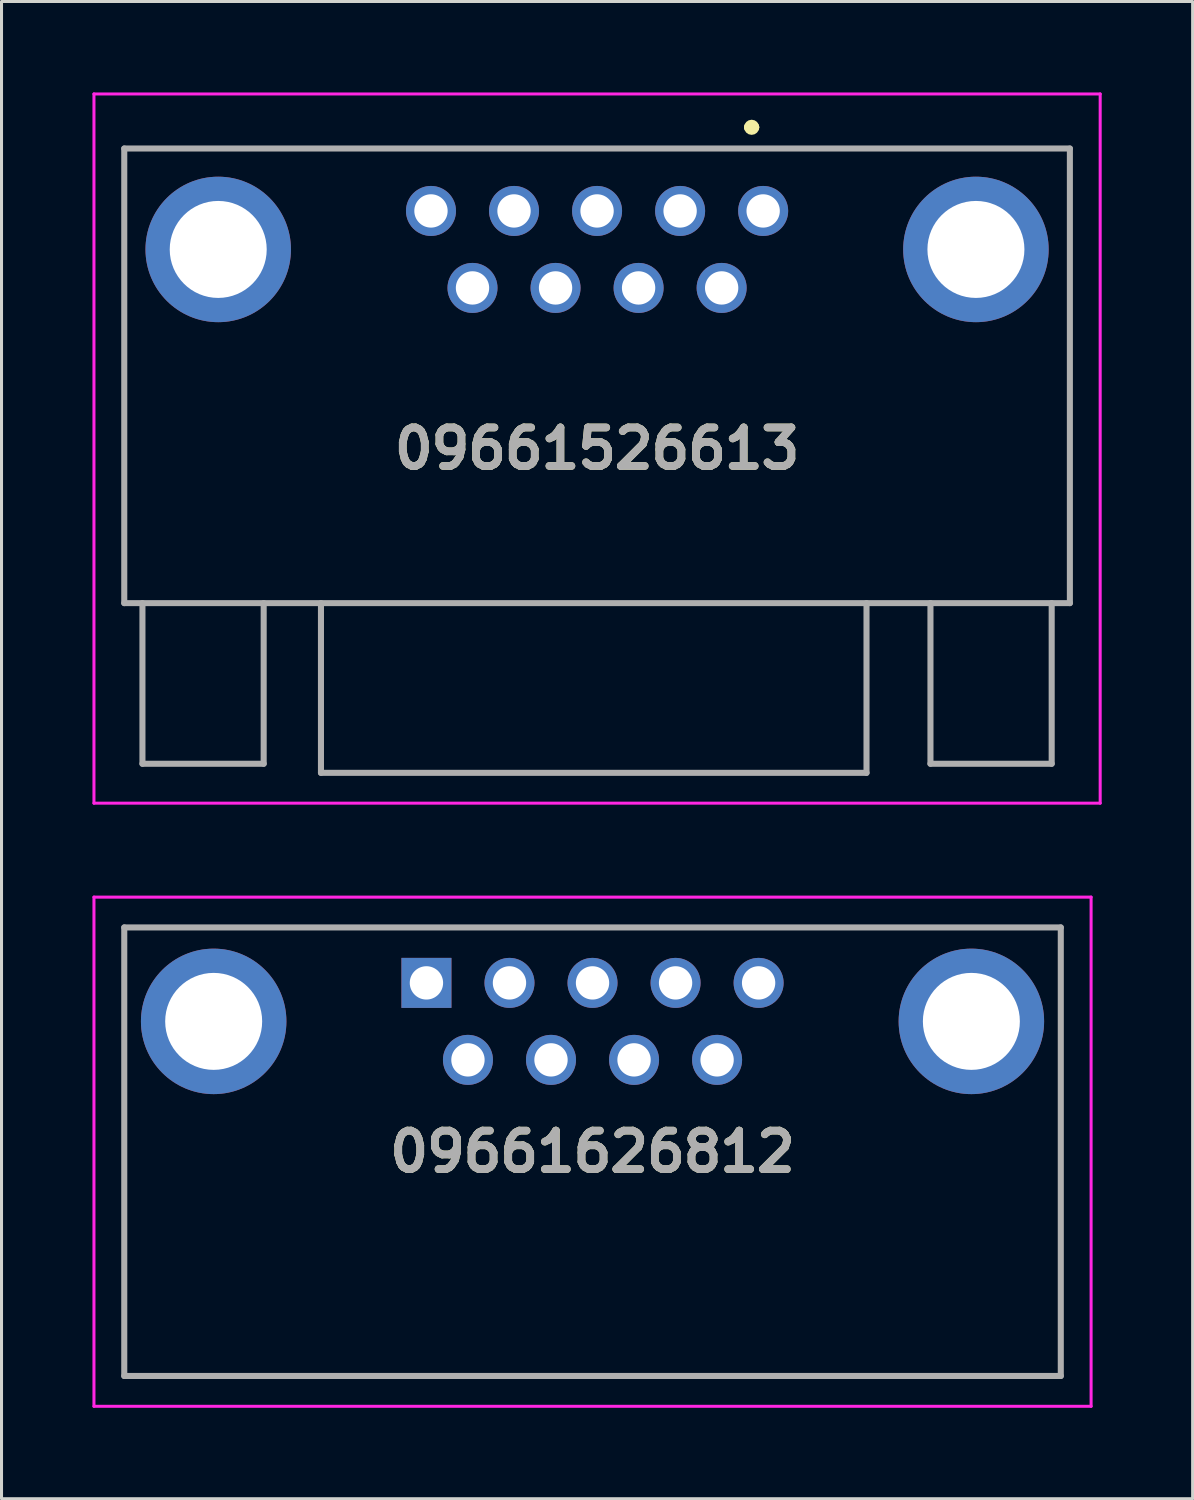
<source format=kicad_pcb>
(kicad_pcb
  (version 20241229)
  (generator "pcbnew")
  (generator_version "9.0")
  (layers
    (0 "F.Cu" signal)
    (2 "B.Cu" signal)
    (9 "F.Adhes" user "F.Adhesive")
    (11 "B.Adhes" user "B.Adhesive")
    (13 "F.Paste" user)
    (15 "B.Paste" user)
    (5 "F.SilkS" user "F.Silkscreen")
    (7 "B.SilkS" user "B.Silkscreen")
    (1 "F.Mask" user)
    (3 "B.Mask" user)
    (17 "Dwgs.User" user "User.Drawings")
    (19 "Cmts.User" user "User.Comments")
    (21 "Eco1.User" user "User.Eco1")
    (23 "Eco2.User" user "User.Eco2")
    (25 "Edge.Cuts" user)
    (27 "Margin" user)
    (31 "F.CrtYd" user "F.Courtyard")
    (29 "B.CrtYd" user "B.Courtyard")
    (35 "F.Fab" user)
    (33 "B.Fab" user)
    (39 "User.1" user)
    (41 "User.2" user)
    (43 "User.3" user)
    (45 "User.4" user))
  (footprint "09661626812"
    (layer "F.Cu")
    (at 11.02 29.38)
    (property "Reference" "09661626812" (at 5.48 5.57 0) (layer "F.SilkS") (effects (font (size 1.27 1.27) (thickness 0.254))))
    (attr through_hole)
    (fp_line (start -9.97 -1.83) (end 20.93 -1.83) (stroke (width 0.1) (type solid)) (layer "F.SilkS"))
    (fp_line (start -9.97 12.97) (end -9.97 -1.83) (stroke (width 0.1) (type solid)) (layer "F.SilkS"))
    (fp_line (start 20.93 -1.83) (end 20.93 12.97) (stroke (width 0.1) (type solid)) (layer "F.SilkS"))
    (fp_line (start 20.93 12.97) (end -9.97 12.97) (stroke (width 0.1) (type solid)) (layer "F.SilkS"))
    (fp_line (start -10.97 -2.83) (end 21.93 -2.83) (stroke (width 0.1) (type solid)) (layer "F.CrtYd"))
    (fp_line (start -10.97 13.97) (end -10.97 -2.83) (stroke (width 0.1) (type solid)) (layer "F.CrtYd"))
    (fp_line (start 21.93 -2.83) (end 21.93 13.97) (stroke (width 0.1) (type solid)) (layer "F.CrtYd"))
    (fp_line (start 21.93 13.97) (end -10.97 13.97) (stroke (width 0.1) (type solid)) (layer "F.CrtYd"))
    (fp_line (start -9.97 -1.83) (end -9.97 12.97) (stroke (width 0.2) (type solid)) (layer "F.Fab"))
    (fp_line (start -9.97 12.97) (end 20.93 12.97) (stroke (width 0.2) (type solid)) (layer "F.Fab"))
    (fp_line (start 20.93 -1.83) (end -9.97 -1.83) (stroke (width 0.2) (type solid)) (layer "F.Fab"))
    (fp_line (start 20.93 12.97) (end 20.93 -1.83) (stroke (width 0.2) (type solid)) (layer "F.Fab"))
    (fp_text user "${REFERENCE}" (at 5.48 5.57 0) (layer "F.Fab") (effects (font (size 1.27 1.27) (thickness 0.254))))
    (pad "1" thru_hole rect (at 0 0) (size 1.65 1.65) (drill 1.1) (layers "*.Cu" "*.Mask"))
    (pad "2" thru_hole circle (at 2.74 0) (size 1.65 1.65) (drill 1.1) (layers "*.Cu" "*.Mask"))
    (pad "3" thru_hole circle (at 5.48 0) (size 1.65 1.65) (drill 1.1) (layers "*.Cu" "*.Mask"))
    (pad "4" thru_hole circle (at 8.22 0) (size 1.65 1.65) (drill 1.1) (layers "*.Cu" "*.Mask"))
    (pad "5" thru_hole circle (at 10.96 0) (size 1.65 1.65) (drill 1.1) (layers "*.Cu" "*.Mask"))
    (pad "6" thru_hole circle (at 1.37 2.54) (size 1.65 1.65) (drill 1.1) (layers "*.Cu" "*.Mask"))
    (pad "7" thru_hole circle (at 4.11 2.54) (size 1.65 1.65) (drill 1.1) (layers "*.Cu" "*.Mask"))
    (pad "8" thru_hole circle (at 6.85 2.54) (size 1.65 1.65) (drill 1.1) (layers "*.Cu" "*.Mask"))
    (pad "9" thru_hole circle (at 9.59 2.54) (size 1.65 1.65) (drill 1.1) (layers "*.Cu" "*.Mask"))
    (pad "MH1" thru_hole circle (at -7.02 1.27) (size 4.8 4.8) (drill 3.2) (layers "*.Cu" "*.Mask"))
    (pad "MH2" thru_hole circle (at 17.98 1.27) (size 4.8 4.8) (drill 3.2) (layers "*.Cu" "*.Mask")))
  (footprint "09661526613"
    (layer "F.Cu")
    (at 22.13 3.91)
    (property "Reference" "09661526613" (at -5.48 7.84 0) (layer "F.SilkS") (effects (font (size 1.27 1.27) (thickness 0.254))))
    (attr through_hole)
    (fp_line (start -21.08 -2.06) (end 10.12 -2.06) (stroke (width 0.1) (type solid)) (layer "F.SilkS"))
    (fp_line (start -21.08 12.94) (end -21.08 -2.06) (stroke (width 0.1) (type solid)) (layer "F.SilkS"))
    (fp_line (start -0.48 -2.76) (end -0.48 -2.76) (stroke (width 0.3) (type solid)) (layer "F.SilkS"))
    (fp_line (start -0.28 -2.76) (end -0.28 -2.76) (stroke (width 0.3) (type solid)) (layer "F.SilkS"))
    (fp_line (start 10.12 -2.06) (end 10.12 12.94) (stroke (width 0.1) (type solid)) (layer "F.SilkS"))
    (fp_line (start 10.12 12.94) (end -21.08 12.94) (stroke (width 0.1) (type solid)) (layer "F.SilkS"))
    (fp_arc (start -0.48 -2.76) (mid -0.38 -2.86) (end -0.28 -2.76) (stroke (width 0.3) (type solid)) (layer "F.SilkS"))
    (fp_arc (start -0.28 -2.76) (mid -0.38 -2.66) (end -0.48 -2.76) (stroke (width 0.3) (type solid)) (layer "F.SilkS"))
    (fp_line (start -22.08 -3.86) (end 11.12 -3.86) (stroke (width 0.1) (type solid)) (layer "F.CrtYd"))
    (fp_line (start -22.08 19.54) (end -22.08 -3.86) (stroke (width 0.1) (type solid)) (layer "F.CrtYd"))
    (fp_line (start 11.12 -3.86) (end 11.12 19.54) (stroke (width 0.1) (type solid)) (layer "F.CrtYd"))
    (fp_line (start 11.12 19.54) (end -22.08 19.54) (stroke (width 0.1) (type solid)) (layer "F.CrtYd"))
    (fp_line (start -21.08 -2.06) (end 10.12 -2.06) (stroke (width 0.2) (type solid)) (layer "F.Fab"))
    (fp_line (start -21.08 12.94) (end -21.08 -2.06) (stroke (width 0.2) (type solid)) (layer "F.Fab"))
    (fp_line (start -20.48 12.94) (end -20.48 18.24) (stroke (width 0.2) (type solid)) (layer "F.Fab"))
    (fp_line (start -20.48 18.24) (end -16.48 18.24) (stroke (width 0.2) (type solid)) (layer "F.Fab"))
    (fp_line (start -16.48 18.24) (end -16.48 12.94) (stroke (width 0.2) (type solid)) (layer "F.Fab"))
    (fp_line (start -14.59 12.94) (end -14.59 18.54) (stroke (width 0.2) (type solid)) (layer "F.Fab"))
    (fp_line (start -14.59 18.54) (end 3.41 18.54) (stroke (width 0.2) (type solid)) (layer "F.Fab"))
    (fp_line (start 3.41 18.54) (end 3.41 12.94) (stroke (width 0.2) (type solid)) (layer "F.Fab"))
    (fp_line (start 5.52 18.24) (end 5.52 12.94) (stroke (width 0.2) (type solid)) (layer "F.Fab"))
    (fp_line (start 9.52 12.94) (end 9.52 18.24) (stroke (width 0.2) (type solid)) (layer "F.Fab"))
    (fp_line (start 9.52 18.24) (end 5.52 18.24) (stroke (width 0.2) (type solid)) (layer "F.Fab"))
    (fp_line (start 10.12 -2.06) (end 10.12 12.94) (stroke (width 0.2) (type solid)) (layer "F.Fab"))
    (fp_line (start 10.12 12.94) (end -21.08 12.94) (stroke (width 0.2) (type solid)) (layer "F.Fab"))
    (fp_text user "${REFERENCE}" (at -5.48 7.84 0) (layer "F.Fab") (effects (font (size 1.27 1.27) (thickness 0.254))))
    (pad "1" thru_hole circle (at 0 0) (size 1.65 1.65) (drill 1.1) (layers "*.Cu" "*.Mask"))
    (pad "2" thru_hole circle (at -2.74 0) (size 1.65 1.65) (drill 1.1) (layers "*.Cu" "*.Mask"))
    (pad "3" thru_hole circle (at -5.48 0) (size 1.65 1.65) (drill 1.1) (layers "*.Cu" "*.Mask"))
    (pad "4" thru_hole circle (at -8.22 0) (size 1.65 1.65) (drill 1.1) (layers "*.Cu" "*.Mask"))
    (pad "5" thru_hole circle (at -10.96 0) (size 1.65 1.65) (drill 1.1) (layers "*.Cu" "*.Mask"))
    (pad "6" thru_hole circle (at -1.37 2.54) (size 1.65 1.65) (drill 1.1) (layers "*.Cu" "*.Mask"))
    (pad "7" thru_hole circle (at -4.11 2.54) (size 1.65 1.65) (drill 1.1) (layers "*.Cu" "*.Mask"))
    (pad "8" thru_hole circle (at -6.85 2.54) (size 1.65 1.65) (drill 1.1) (layers "*.Cu" "*.Mask"))
    (pad "9" thru_hole circle (at -9.59 2.54) (size 1.65 1.65) (drill 1.1) (layers "*.Cu" "*.Mask"))
    (pad "MH1" thru_hole circle (at -17.98 1.27) (size 4.8 4.8) (drill 3.2) (layers "*.Cu" "*.Mask"))
    (pad "MH2" thru_hole circle (at 7.02 1.27) (size 4.8 4.8) (drill 3.2) (layers "*.Cu" "*.Mask")))
  (gr_rect
    (start -3 -3)
    (end 36.3 46.4)
    (stroke (width 0.1) (type default))
    (fill no)
    (layer "Edge.Cuts")))
</source>
